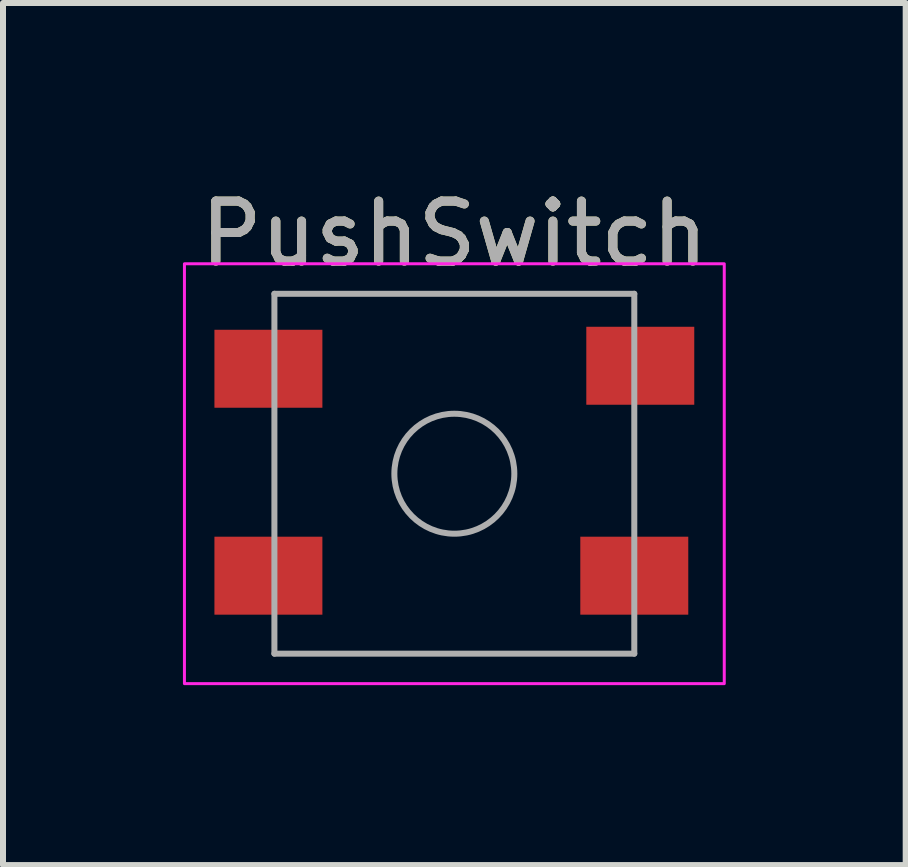
<source format=kicad_pcb>
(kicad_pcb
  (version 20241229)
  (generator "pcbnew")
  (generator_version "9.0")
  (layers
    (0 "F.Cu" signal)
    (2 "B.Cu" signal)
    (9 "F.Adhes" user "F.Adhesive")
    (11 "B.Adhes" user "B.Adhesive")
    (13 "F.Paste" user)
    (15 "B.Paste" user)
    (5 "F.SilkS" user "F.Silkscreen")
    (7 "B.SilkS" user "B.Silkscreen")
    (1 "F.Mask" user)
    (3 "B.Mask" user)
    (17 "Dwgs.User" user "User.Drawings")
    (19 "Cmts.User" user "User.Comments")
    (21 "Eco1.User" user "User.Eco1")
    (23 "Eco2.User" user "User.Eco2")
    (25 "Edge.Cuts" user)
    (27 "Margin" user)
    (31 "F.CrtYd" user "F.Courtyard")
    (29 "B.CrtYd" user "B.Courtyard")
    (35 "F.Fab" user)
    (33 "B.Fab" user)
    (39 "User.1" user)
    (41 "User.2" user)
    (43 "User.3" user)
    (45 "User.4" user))
  (footprint "PushSwitch"
    (layer "F.Cu")
    (at 4.525 4.848)
    (property "Reference" "PushSwitch" (at 0 -4 180) (layer "F.SilkS") (effects (font (size 1 1) (thickness 0.15))))
    (attr smd)
    (fp_rect (start -4.5 -3.5) (end 4.5 3.5) (stroke (width 0.05) (type default)) (fill no) (layer "F.CrtYd"))
    (fp_line (start -3 -3) (end -3 3) (stroke (width 0.1) (type solid)) (layer "F.Fab"))
    (fp_line (start -3 3) (end 3 3) (stroke (width 0.1) (type solid)) (layer "F.Fab"))
    (fp_line (start 3 -3) (end -3 -3) (stroke (width 0.1) (type solid)) (layer "F.Fab"))
    (fp_line (start 3 3) (end 3 -3) (stroke (width 0.1) (type solid)) (layer "F.Fab"))
    (fp_circle (center 0 0) (end 1 0) (stroke (width 0.1) (type solid)) (fill no) (layer "F.Fab"))
    (fp_text user "${REFERENCE}" (at 0 -4 180) (layer "F.Fab") (effects (font (size 1 1) (thickness 0.15))))
    (pad "1" smd rect (at -3.1 -1.75) (size 1.8 1.3) (layers "F.Cu" "F.Mask" "F.Paste"))
    (pad "1" smd rect (at 3.1 -1.8) (size 1.8 1.3) (layers "F.Cu" "F.Mask" "F.Paste"))
    (pad "2" smd rect (at -3.1 1.7) (size 1.8 1.3) (layers "F.Cu" "F.Mask" "F.Paste"))
    (pad "2" smd rect (at 3 1.7) (size 1.8 1.3) (layers "F.Cu" "F.Mask" "F.Paste")))
  (gr_rect
    (start -3 -3)
    (end 12.05 11.373)
    (stroke (width 0.1) (type default))
    (fill no)
    (layer "Edge.Cuts")))
</source>
